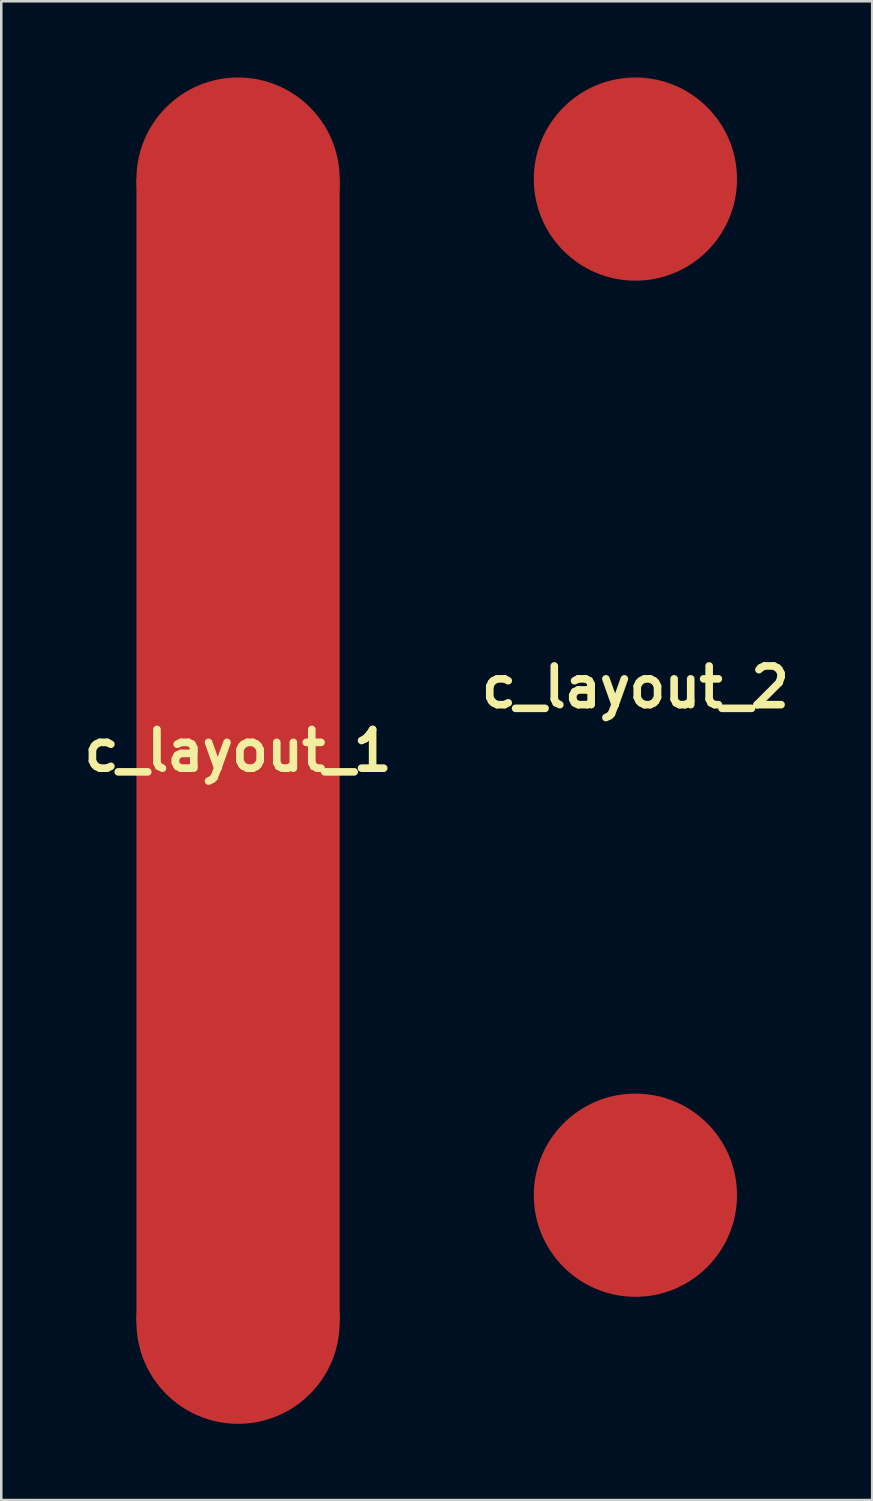
<source format=kicad_pcb>
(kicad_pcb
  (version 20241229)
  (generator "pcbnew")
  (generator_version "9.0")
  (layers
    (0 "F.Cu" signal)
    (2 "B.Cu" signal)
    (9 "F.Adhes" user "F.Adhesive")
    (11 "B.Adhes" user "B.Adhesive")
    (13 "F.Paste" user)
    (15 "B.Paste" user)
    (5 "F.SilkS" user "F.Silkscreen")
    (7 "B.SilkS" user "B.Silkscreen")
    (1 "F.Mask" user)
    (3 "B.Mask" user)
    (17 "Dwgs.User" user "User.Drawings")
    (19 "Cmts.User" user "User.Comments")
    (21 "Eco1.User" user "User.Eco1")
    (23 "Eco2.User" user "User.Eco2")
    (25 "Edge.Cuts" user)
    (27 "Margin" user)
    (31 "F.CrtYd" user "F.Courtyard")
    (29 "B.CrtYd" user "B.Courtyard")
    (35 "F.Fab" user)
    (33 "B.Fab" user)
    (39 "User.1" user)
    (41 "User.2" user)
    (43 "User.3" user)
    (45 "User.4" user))
  (footprint "c_layout_1"
    (layer "F.Cu")
    (at 6.321 26.5)
    (property "Reference" "c_layout_1" (at 0 0 0) (layer "F.SilkS") (effects (font (size 1.524 1.524) (thickness 0.3))))
    (attr smd)
    (pad "1" smd circle (at 0 -22.5) (size 8 8) (layers "F.Cu"))
    (pad "1" smd rect (at 0 0) (size 8 45) (layers "F.Cu"))
    (pad "1" smd circle (at 0 22.5) (size 8 8) (layers "F.Cu")))
  (footprint "c_layout_2"
    (layer "F.Cu")
    (at 21.963 24)
    (property "Reference" "c_layout_2" (at 0 0 0) (layer "F.SilkS") (effects (font (size 1.524 1.524) (thickness 0.3))))
    (attr smd)
    (pad "1" smd circle (at 0 -20) (size 8 8) (layers "F.Cu"))
    (pad "1" smd circle (at 0 20) (size 8 8) (layers "F.Cu")))
  (gr_rect
    (start -3 -3)
    (end 31.284 56)
    (stroke (width 0.1) (type default))
    (fill no)
    (layer "Edge.Cuts")))
</source>
